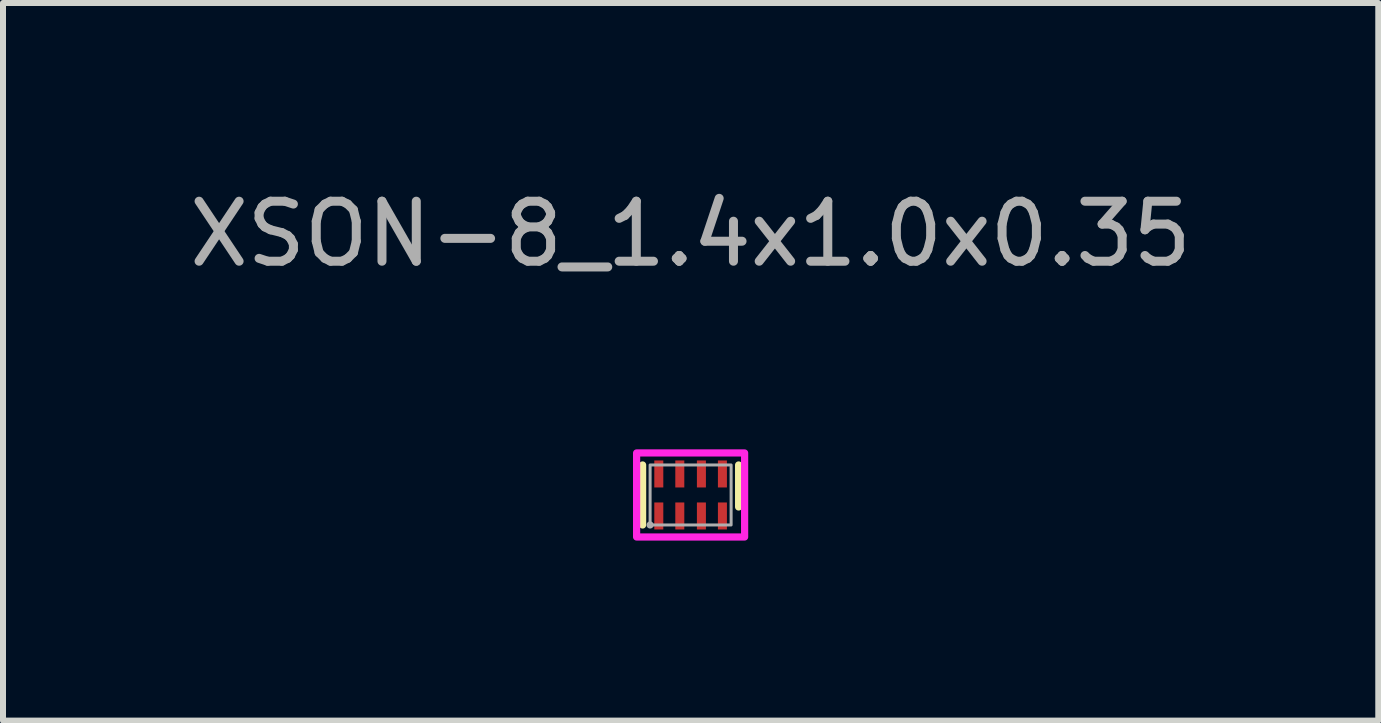
<source format=kicad_pcb>
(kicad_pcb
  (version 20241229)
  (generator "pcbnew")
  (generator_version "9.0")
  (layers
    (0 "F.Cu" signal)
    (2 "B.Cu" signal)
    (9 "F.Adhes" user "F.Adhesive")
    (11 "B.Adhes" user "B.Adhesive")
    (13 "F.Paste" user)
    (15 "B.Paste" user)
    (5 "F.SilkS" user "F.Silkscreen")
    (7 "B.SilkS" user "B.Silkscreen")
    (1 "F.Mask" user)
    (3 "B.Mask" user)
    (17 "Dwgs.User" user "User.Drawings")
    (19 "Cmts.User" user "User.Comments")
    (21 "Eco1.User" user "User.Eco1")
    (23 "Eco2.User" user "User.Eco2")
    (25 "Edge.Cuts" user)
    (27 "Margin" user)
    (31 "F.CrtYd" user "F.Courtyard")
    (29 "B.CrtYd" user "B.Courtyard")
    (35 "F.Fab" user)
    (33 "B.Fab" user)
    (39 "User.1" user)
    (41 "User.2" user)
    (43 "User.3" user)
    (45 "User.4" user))
  (footprint "XSON-8_1.4x1.0x0.35"
    (layer "F.Cu")
    (at 8.458 5.198)
    (property "Reference" "XSON-8_1.4x1.0x0.35" (at 0 -4.35 0) (layer "F.Fab") (effects (font (size 1 1) (thickness 0.15))))
    (attr smd)
    (fp_line (start -0.8 -0.5) (end -0.8 0.5) (stroke (width 0.12) (type solid)) (layer "F.SilkS"))
    (fp_line (start 0.8 -0.5) (end 0.8 0.2) (stroke (width 0.12) (type solid)) (layer "F.SilkS"))
    (fp_rect (start -0.9 -0.7) (end 0.9 0.7) (stroke (width 0.12) (type default)) (fill no) (layer "F.CrtYd"))
    (fp_rect (start -0.675 -0.5) (end 0.675 0.5) (stroke (width 0.05) (type default)) (fill no) (layer "F.Fab"))
    (fp_circle (center -0.675 0.5) (end -0.645 0.5) (stroke (width 0.06) (type solid)) (fill no) (layer "F.Fab"))
    (pad "1" smd rect (at -0.53 0.35) (size 0.15 0.45) (layers "F.Cu" "F.Mask" "F.Paste"))
    (pad "2" smd rect (at -0.18 0.35) (size 0.15 0.45) (layers "F.Cu" "F.Mask" "F.Paste"))
    (pad "3" smd rect (at 0.18 0.35) (size 0.15 0.45) (layers "F.Cu" "F.Mask" "F.Paste"))
    (pad "4" smd rect (at 0.53 0.35) (size 0.15 0.45) (layers "F.Cu" "F.Mask" "F.Paste"))
    (pad "5" smd rect (at 0.53 -0.35) (size 0.15 0.45) (layers "F.Cu" "F.Mask" "F.Paste"))
    (pad "6" smd rect (at 0.18 -0.35) (size 0.15 0.45) (layers "F.Cu" "F.Mask" "F.Paste"))
    (pad "7" smd rect (at -0.18 -0.35) (size 0.15 0.45) (layers "F.Cu" "F.Mask" "F.Paste"))
    (pad "8" smd rect (at -0.53 -0.35) (size 0.15 0.45) (layers "F.Cu" "F.Mask" "F.Paste")))
  (gr_rect
    (start -3 -3)
    (end 19.917 8.958)
    (stroke (width 0.1) (type default))
    (fill no)
    (layer "Edge.Cuts")))
</source>
